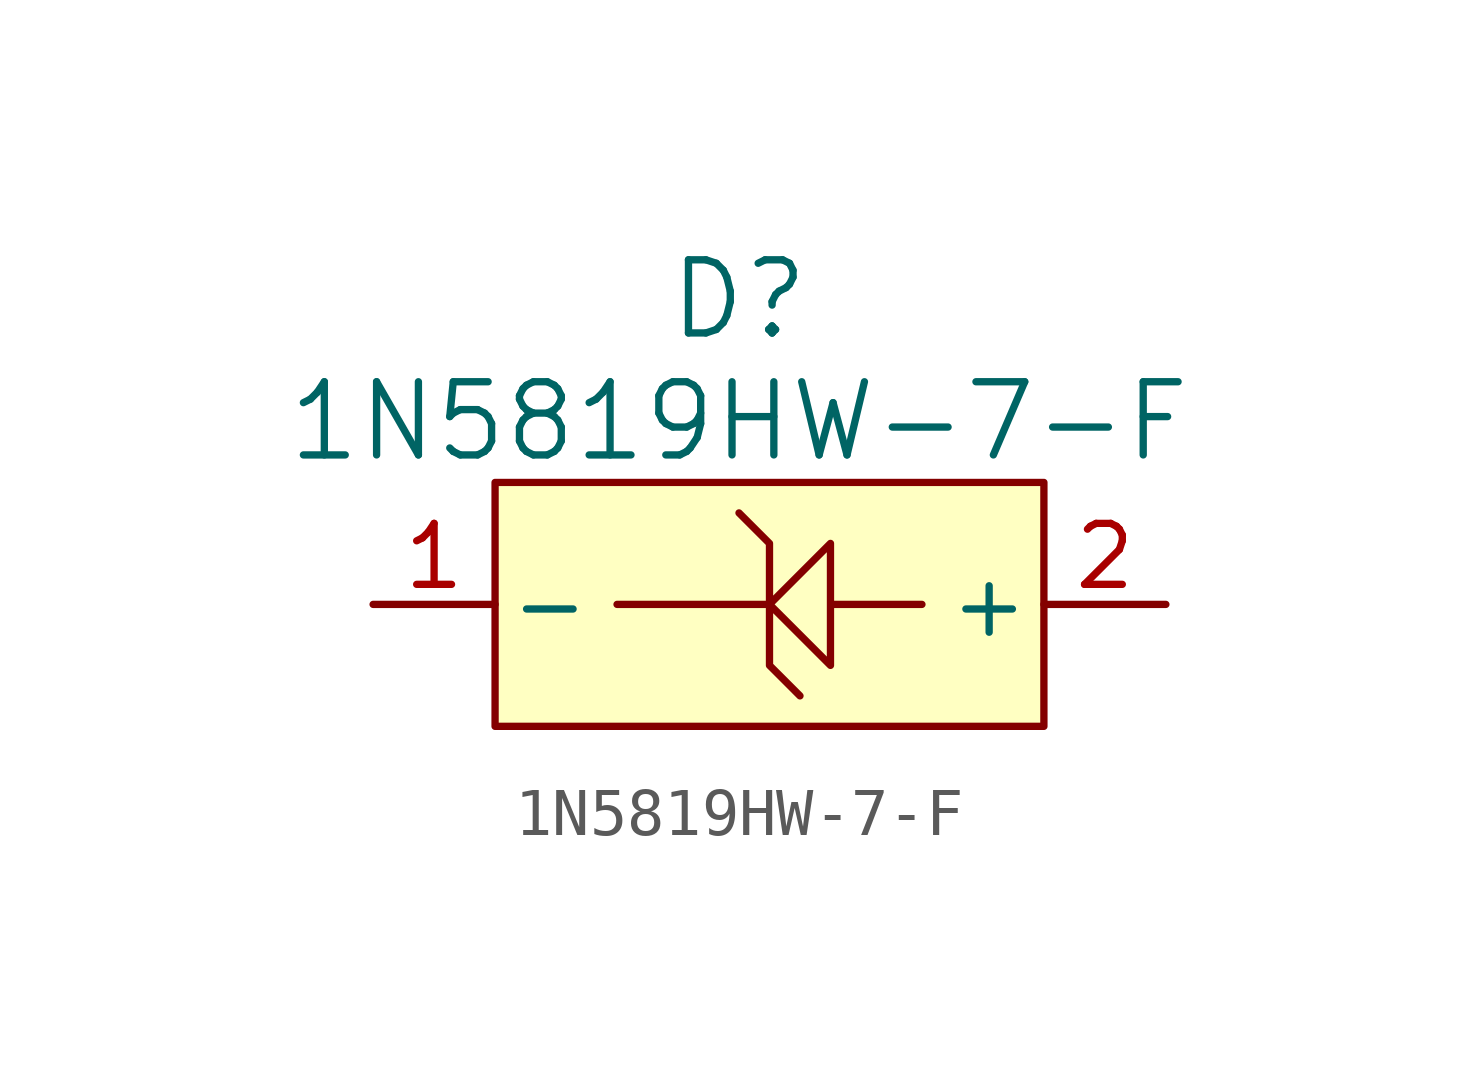
<source format=kicad_sym>
(kicad_symbol_lib
  (version 20220914)
  (generator kicad_symbol_editor)
  (symbol "1N5819HW-7-F"
    (pin_names
      (offset 0.254))
    (property "Reference" "D"
      (at 20.32 6.35 0)
      (effects (font (size 1.524 1.524))))
    (property "Value" "1N5819HW-7-F"
      (at 20.32 3.81 0)
      (effects (font (size 1.524 1.524))))
    (property "ki_locked" ""
      (at 0 0 0)
      (effects (font (size 1.27 1.27))))
    (symbol "1N5819HW-7-F_1_1"
      (polyline (pts (xy 24.13 0) (xy 22.225 0) (xy 22.225 1.27) (xy 20.955 0) (xy 22.225 -1.27) (xy 22.225 0) (xy 22.225 1.27) (xy 20.955 0) (xy 20.955 1.27) (xy 20.32 1.905) (xy 20.955 1.27) (xy 20.955 -1.27) (xy 21.59 -1.905) (xy 20.955 -1.27) (xy 20.955 0) (xy 17.78 0)) (stroke (width 0) (type default)) (fill (type none)))
      (rectangle (start 15.24 2.54) (end 26.67 -2.54) (stroke (width 0) (type default)) (fill (type background)))
      (pin output line (at 12.7 0 0) (length 2.54) (name "-" (effects (font (size 1.27 1.27)))) (number "1" (effects (font (size 1.27 1.27)))))
      (pin input line (at 29.21 0 180) (length 2.54) (name "+" (effects (font (size 1.27 1.27)))) (number "2" (effects (font (size 1.27 1.27))))))))
</source>
